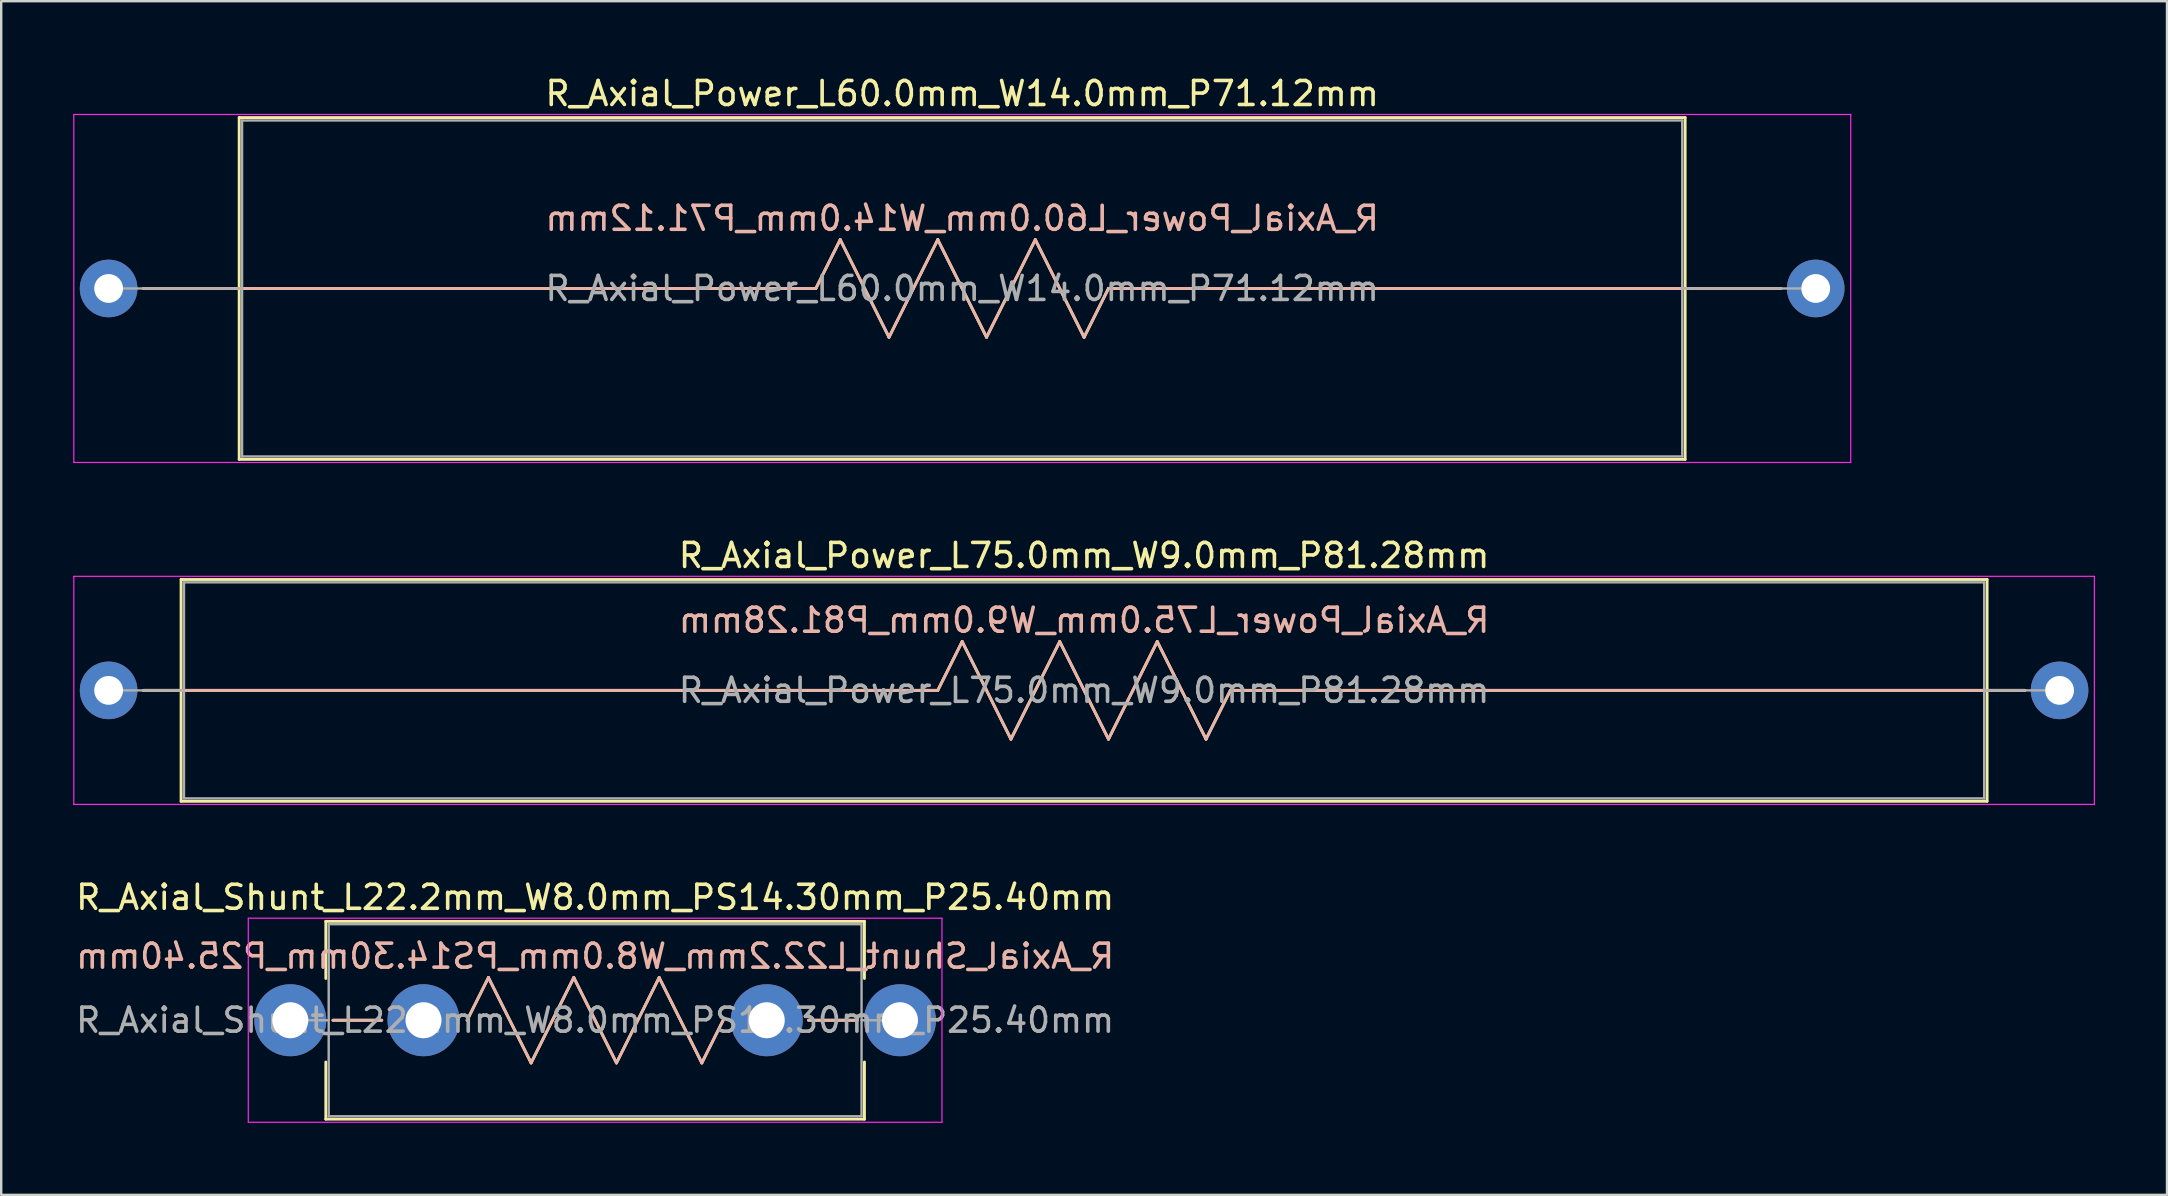
<source format=kicad_pcb>
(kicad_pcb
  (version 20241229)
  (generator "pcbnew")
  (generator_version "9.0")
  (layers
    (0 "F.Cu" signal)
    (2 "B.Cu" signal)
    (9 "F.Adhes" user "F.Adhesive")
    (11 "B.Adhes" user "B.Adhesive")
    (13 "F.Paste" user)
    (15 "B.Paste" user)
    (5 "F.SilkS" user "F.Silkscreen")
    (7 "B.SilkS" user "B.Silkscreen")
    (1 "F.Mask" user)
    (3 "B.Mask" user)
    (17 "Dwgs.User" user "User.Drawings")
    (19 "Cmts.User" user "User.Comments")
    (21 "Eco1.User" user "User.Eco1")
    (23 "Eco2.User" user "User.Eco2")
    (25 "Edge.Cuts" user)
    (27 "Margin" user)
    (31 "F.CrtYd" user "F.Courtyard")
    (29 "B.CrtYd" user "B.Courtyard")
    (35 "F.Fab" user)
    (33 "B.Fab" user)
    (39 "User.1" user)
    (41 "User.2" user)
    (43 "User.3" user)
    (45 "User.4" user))
  (footprint "R_Axial_Power_L75.0mm_W9.0mm_P81.28mm"
    (layer "F.Cu")
    (at 1.475 25.712)
    (property "Reference" "R_Axial_Power_L75.0mm_W9.0mm_P81.28mm" (at 40.64 -5.62 0) (layer "F.SilkS") (effects (font (size 1 1) (thickness 0.15))))
    (attr through_hole)
    (fp_line (start 1.44 0) (end 3.02 0) (stroke (width 0.12) (type solid)) (layer "F.SilkS"))
    (fp_line (start 3.02 -4.62) (end 3.02 4.62) (stroke (width 0.12) (type solid)) (layer "F.SilkS"))
    (fp_line (start 3.02 0) (end 34.544 0) (stroke (width 0.12) (type solid)) (layer "F.SilkS"))
    (fp_line (start 3.02 4.62) (end 78.26 4.62) (stroke (width 0.12) (type solid)) (layer "F.SilkS"))
    (fp_line (start 34.544 0) (end 35.56 -2.032) (stroke (width 0.12) (type solid)) (layer "F.SilkS"))
    (fp_line (start 35.56 -2.032) (end 37.592 2.032) (stroke (width 0.12) (type solid)) (layer "F.SilkS"))
    (fp_line (start 37.592 2.032) (end 39.624 -2.032) (stroke (width 0.12) (type solid)) (layer "F.SilkS"))
    (fp_line (start 39.624 -2.032) (end 41.656 2.032) (stroke (width 0.12) (type solid)) (layer "F.SilkS"))
    (fp_line (start 41.656 2.032) (end 43.688 -2.032) (stroke (width 0.12) (type solid)) (layer "F.SilkS"))
    (fp_line (start 43.688 -2.032) (end 45.72 2.032) (stroke (width 0.12) (type solid)) (layer "F.SilkS"))
    (fp_line (start 45.72 2.032) (end 46.736 0) (stroke (width 0.12) (type solid)) (layer "F.SilkS"))
    (fp_line (start 78.26 -4.62) (end 3.02 -4.62) (stroke (width 0.12) (type solid)) (layer "F.SilkS"))
    (fp_line (start 78.26 0) (end 46.736 0) (stroke (width 0.12) (type solid)) (layer "F.SilkS"))
    (fp_line (start 78.26 4.62) (end 78.26 -4.62) (stroke (width 0.12) (type solid)) (layer "F.SilkS"))
    (fp_line (start 79.84 0) (end 78.26 0) (stroke (width 0.12) (type solid)) (layer "F.SilkS"))
    (fp_line (start 1.46 0) (end 34.544 0) (stroke (width 0.12) (type solid)) (layer "B.SilkS"))
    (fp_line (start 34.544 0) (end 35.56 -2.032) (stroke (width 0.12) (type solid)) (layer "B.SilkS"))
    (fp_line (start 35.56 -2.032) (end 37.592 2.032) (stroke (width 0.12) (type solid)) (layer "B.SilkS"))
    (fp_line (start 37.592 2.032) (end 39.624 -2.032) (stroke (width 0.12) (type solid)) (layer "B.SilkS"))
    (fp_line (start 39.624 -2.032) (end 41.656 2.032) (stroke (width 0.12) (type solid)) (layer "B.SilkS"))
    (fp_line (start 41.656 2.032) (end 43.688 -2.032) (stroke (width 0.12) (type solid)) (layer "B.SilkS"))
    (fp_line (start 43.688 -2.032) (end 45.72 2.032) (stroke (width 0.12) (type solid)) (layer "B.SilkS"))
    (fp_line (start 45.72 2.032) (end 46.736 0) (stroke (width 0.12) (type solid)) (layer "B.SilkS"))
    (fp_line (start 46.736 0) (end 79.82 0) (stroke (width 0.12) (type solid)) (layer "B.SilkS"))
    (fp_line (start -1.45 -4.75) (end -1.45 4.75) (stroke (width 0.05) (type solid)) (layer "F.CrtYd"))
    (fp_line (start -1.45 4.75) (end 82.73 4.75) (stroke (width 0.05) (type solid)) (layer "F.CrtYd"))
    (fp_line (start 82.73 -4.75) (end -1.45 -4.75) (stroke (width 0.05) (type solid)) (layer "F.CrtYd"))
    (fp_line (start 82.73 4.75) (end 82.73 -4.75) (stroke (width 0.05) (type solid)) (layer "F.CrtYd"))
    (fp_line (start 0 0) (end 3.14 0) (stroke (width 0.1) (type solid)) (layer "F.Fab"))
    (fp_line (start 3.14 -4.5) (end 3.14 4.5) (stroke (width 0.1) (type solid)) (layer "F.Fab"))
    (fp_line (start 3.14 4.5) (end 78.14 4.5) (stroke (width 0.1) (type solid)) (layer "F.Fab"))
    (fp_line (start 78.14 -4.5) (end 3.14 -4.5) (stroke (width 0.1) (type solid)) (layer "F.Fab"))
    (fp_line (start 78.14 4.5) (end 78.14 -4.5) (stroke (width 0.1) (type solid)) (layer "F.Fab"))
    (fp_line (start 81.28 0) (end 78.14 0) (stroke (width 0.1) (type solid)) (layer "F.Fab"))
    (fp_text user "${REFERENCE}" (at 40.64 -2.921 0) (unlocked yes) (layer "B.SilkS") (effects (font (size 1 1) (thickness 0.15)) (justify mirror)))
    (fp_text user "${REFERENCE}" (at 40.64 0 0) (layer "F.Fab") (effects (font (size 1 1) (thickness 0.15))))
    (pad "1" thru_hole circle (at 0 0) (size 2.4 2.4) (drill 1.2) (layers "*.Cu" "*.Mask"))
    (pad "2" thru_hole oval (at 81.28 0) (size 2.4 2.4) (drill 1.2) (layers "*.Cu" "*.Mask")))
  (footprint "R_Axial_Shunt_L22.2mm_W8.0mm_PS14.30mm_P25.40mm"
    (layer "F.Cu")
    (at 9.044 39.455)
    (property "Reference" "R_Axial_Shunt_L22.2mm_W8.0mm_PS14.30mm_P25.40mm" (at 12.7 -5.12 0) (layer "F.SilkS") (effects (font (size 1 1) (thickness 0.15))))
    (attr through_hole)
    (fp_line (start 1.48 -4.12) (end 23.92 -4.12) (stroke (width 0.12) (type solid)) (layer "F.SilkS"))
    (fp_line (start 1.48 -1.74) (end 1.48 -4.12) (stroke (width 0.12) (type solid)) (layer "F.SilkS"))
    (fp_line (start 1.48 1.74) (end 1.48 4.12) (stroke (width 0.12) (type solid)) (layer "F.SilkS"))
    (fp_line (start 1.48 4.12) (end 23.92 4.12) (stroke (width 0.12) (type solid)) (layer "F.SilkS"))
    (fp_line (start 1.778 0) (end 3.81 0) (stroke (width 0.12) (type solid)) (layer "F.SilkS"))
    (fp_line (start 7.366 0) (end 8.255 -1.778) (stroke (width 0.12) (type solid)) (layer "F.SilkS"))
    (fp_line (start 8.255 -1.778) (end 10.033 1.778) (stroke (width 0.12) (type solid)) (layer "F.SilkS"))
    (fp_line (start 10.033 1.778) (end 11.811 -1.778) (stroke (width 0.12) (type solid)) (layer "F.SilkS"))
    (fp_line (start 11.811 -1.778) (end 13.589 1.778) (stroke (width 0.12) (type solid)) (layer "F.SilkS"))
    (fp_line (start 13.589 1.778) (end 15.367 -1.778) (stroke (width 0.12) (type solid)) (layer "F.SilkS"))
    (fp_line (start 15.367 -1.778) (end 17.145 1.778) (stroke (width 0.12) (type solid)) (layer "F.SilkS"))
    (fp_line (start 17.145 1.778) (end 18.034 0) (stroke (width 0.12) (type solid)) (layer "F.SilkS"))
    (fp_line (start 23.622 0) (end 21.59 0) (stroke (width 0.12) (type solid)) (layer "F.SilkS"))
    (fp_line (start 23.92 -4.12) (end 23.92 -1.74) (stroke (width 0.12) (type solid)) (layer "F.SilkS"))
    (fp_line (start 23.92 4.12) (end 23.92 1.74) (stroke (width 0.12) (type solid)) (layer "F.SilkS"))
    (fp_line (start 1.778 0) (end 3.81 0) (stroke (width 0.12) (type solid)) (layer "B.SilkS"))
    (fp_line (start 7.366 0) (end 8.255 -1.778) (stroke (width 0.12) (type solid)) (layer "B.SilkS"))
    (fp_line (start 8.255 -1.778) (end 10.033 1.778) (stroke (width 0.12) (type solid)) (layer "B.SilkS"))
    (fp_line (start 10.033 1.778) (end 11.811 -1.778) (stroke (width 0.12) (type solid)) (layer "B.SilkS"))
    (fp_line (start 11.811 -1.778) (end 13.589 1.778) (stroke (width 0.12) (type solid)) (layer "B.SilkS"))
    (fp_line (start 13.589 1.778) (end 15.367 -1.778) (stroke (width 0.12) (type solid)) (layer "B.SilkS"))
    (fp_line (start 15.367 -1.778) (end 17.145 1.778) (stroke (width 0.12) (type solid)) (layer "B.SilkS"))
    (fp_line (start 17.145 1.778) (end 18.034 0) (stroke (width 0.12) (type solid)) (layer "B.SilkS"))
    (fp_line (start 21.59 0) (end 23.622 0) (stroke (width 0.12) (type solid)) (layer "B.SilkS"))
    (fp_line (start -1.75 -4.25) (end -1.75 4.25) (stroke (width 0.05) (type solid)) (layer "F.CrtYd"))
    (fp_line (start -1.75 4.25) (end 27.15 4.25) (stroke (width 0.05) (type solid)) (layer "F.CrtYd"))
    (fp_line (start 27.15 -4.25) (end -1.75 -4.25) (stroke (width 0.05) (type solid)) (layer "F.CrtYd"))
    (fp_line (start 27.15 4.25) (end 27.15 -4.25) (stroke (width 0.05) (type solid)) (layer "F.CrtYd"))
    (fp_line (start 0 0) (end 1.6 0) (stroke (width 0.1) (type solid)) (layer "F.Fab"))
    (fp_line (start 1.6 -4) (end 1.6 4) (stroke (width 0.1) (type solid)) (layer "F.Fab"))
    (fp_line (start 1.6 4) (end 23.8 4) (stroke (width 0.1) (type solid)) (layer "F.Fab"))
    (fp_line (start 23.8 -4) (end 1.6 -4) (stroke (width 0.1) (type solid)) (layer "F.Fab"))
    (fp_line (start 23.8 4) (end 23.8 -4) (stroke (width 0.1) (type solid)) (layer "F.Fab"))
    (fp_line (start 25.4 0) (end 23.8 0) (stroke (width 0.1) (type solid)) (layer "F.Fab"))
    (fp_text user "${REFERENCE}" (at 12.7 -2.667 0) (unlocked yes) (layer "B.SilkS") (effects (font (size 1 1) (thickness 0.15)) (justify mirror)))
    (fp_text user "${REFERENCE}" (at 12.7 0 0) (layer "F.Fab") (effects (font (size 1 1) (thickness 0.15))))
    (pad "1" thru_hole circle (at 0 0) (size 3 3) (drill 1.5) (layers "*.Cu" "*.Mask"))
    (pad "2" thru_hole oval (at 5.55 0) (size 3 3) (drill 1.5) (layers "*.Cu" "*.Mask"))
    (pad "3" thru_hole oval (at 19.85 0) (size 3 3) (drill 1.5) (layers "*.Cu" "*.Mask"))
    (pad "4" thru_hole oval (at 25.4 0) (size 3 3) (drill 1.5) (layers "*.Cu" "*.Mask")))
  (footprint "R_Axial_Power_L60.0mm_W14.0mm_P71.12mm"
    (layer "F.Cu")
    (at 1.475 8.968)
    (property "Reference" "R_Axial_Power_L60.0mm_W14.0mm_P71.12mm" (at 35.56 -8.12 0) (layer "F.SilkS") (effects (font (size 1 1) (thickness 0.15))))
    (attr through_hole)
    (fp_line (start 1.44 0) (end 5.44 0) (stroke (width 0.12) (type solid)) (layer "F.SilkS"))
    (fp_line (start 5.44 -7.12) (end 5.44 7.12) (stroke (width 0.12) (type solid)) (layer "F.SilkS"))
    (fp_line (start 5.44 0) (end 29.464 0) (stroke (width 0.12) (type solid)) (layer "F.SilkS"))
    (fp_line (start 5.44 7.12) (end 65.68 7.12) (stroke (width 0.12) (type solid)) (layer "F.SilkS"))
    (fp_line (start 29.464 0) (end 30.48 -2.032) (stroke (width 0.12) (type solid)) (layer "F.SilkS"))
    (fp_line (start 30.48 -2.032) (end 32.512 2.032) (stroke (width 0.12) (type solid)) (layer "F.SilkS"))
    (fp_line (start 32.512 2.032) (end 34.544 -2.032) (stroke (width 0.12) (type solid)) (layer "F.SilkS"))
    (fp_line (start 34.544 -2.032) (end 36.576 2.032) (stroke (width 0.12) (type solid)) (layer "F.SilkS"))
    (fp_line (start 36.576 2.032) (end 38.608 -2.032) (stroke (width 0.12) (type solid)) (layer "F.SilkS"))
    (fp_line (start 38.608 -2.032) (end 40.64 2.032) (stroke (width 0.12) (type solid)) (layer "F.SilkS"))
    (fp_line (start 40.64 2.032) (end 41.656 0) (stroke (width 0.12) (type solid)) (layer "F.SilkS"))
    (fp_line (start 65.68 -7.12) (end 5.44 -7.12) (stroke (width 0.12) (type solid)) (layer "F.SilkS"))
    (fp_line (start 65.68 0) (end 41.656 0) (stroke (width 0.12) (type solid)) (layer "F.SilkS"))
    (fp_line (start 65.68 7.12) (end 65.68 -7.12) (stroke (width 0.12) (type solid)) (layer "F.SilkS"))
    (fp_line (start 69.68 0) (end 65.68 0) (stroke (width 0.12) (type solid)) (layer "F.SilkS"))
    (fp_line (start 1.46 0) (end 29.464 0) (stroke (width 0.12) (type solid)) (layer "B.SilkS"))
    (fp_line (start 29.464 0) (end 30.48 -2.032) (stroke (width 0.12) (type solid)) (layer "B.SilkS"))
    (fp_line (start 30.48 -2.032) (end 32.512 2.032) (stroke (width 0.12) (type solid)) (layer "B.SilkS"))
    (fp_line (start 32.512 2.032) (end 34.544 -2.032) (stroke (width 0.12) (type solid)) (layer "B.SilkS"))
    (fp_line (start 34.544 -2.032) (end 36.576 2.032) (stroke (width 0.12) (type solid)) (layer "B.SilkS"))
    (fp_line (start 36.576 2.032) (end 38.608 -2.032) (stroke (width 0.12) (type solid)) (layer "B.SilkS"))
    (fp_line (start 38.608 -2.032) (end 40.64 2.032) (stroke (width 0.12) (type solid)) (layer "B.SilkS"))
    (fp_line (start 40.64 2.032) (end 41.656 0) (stroke (width 0.12) (type solid)) (layer "B.SilkS"))
    (fp_line (start 41.656 0) (end 69.659 0) (stroke (width 0.12) (type solid)) (layer "B.SilkS"))
    (fp_line (start -1.45 -7.25) (end -1.45 7.25) (stroke (width 0.05) (type solid)) (layer "F.CrtYd"))
    (fp_line (start -1.45 7.25) (end 72.58 7.25) (stroke (width 0.05) (type solid)) (layer "F.CrtYd"))
    (fp_line (start 72.58 -7.25) (end -1.45 -7.25) (stroke (width 0.05) (type solid)) (layer "F.CrtYd"))
    (fp_line (start 72.58 7.25) (end 72.58 -7.25) (stroke (width 0.05) (type solid)) (layer "F.CrtYd"))
    (fp_line (start 0 0) (end 5.56 0) (stroke (width 0.1) (type solid)) (layer "F.Fab"))
    (fp_line (start 5.56 -7) (end 5.56 7) (stroke (width 0.1) (type solid)) (layer "F.Fab"))
    (fp_line (start 5.56 7) (end 65.56 7) (stroke (width 0.1) (type solid)) (layer "F.Fab"))
    (fp_line (start 65.56 -7) (end 5.56 -7) (stroke (width 0.1) (type solid)) (layer "F.Fab"))
    (fp_line (start 65.56 7) (end 65.56 -7) (stroke (width 0.1) (type solid)) (layer "F.Fab"))
    (fp_line (start 71.12 0) (end 65.56 0) (stroke (width 0.1) (type solid)) (layer "F.Fab"))
    (fp_text user "${REFERENCE}" (at 35.56 -2.921 0) (unlocked yes) (layer "B.SilkS") (effects (font (size 1 1) (thickness 0.15)) (justify mirror)))
    (fp_text user "${REFERENCE}" (at 35.56 0 0) (layer "F.Fab") (effects (font (size 1 1) (thickness 0.15))))
    (pad "1" thru_hole circle (at 0 0) (size 2.4 2.4) (drill 1.2) (layers "*.Cu" "*.Mask"))
    (pad "2" thru_hole oval (at 71.12 0) (size 2.4 2.4) (drill 1.2) (layers "*.Cu" "*.Mask")))
  (gr_rect
    (start -3 -3)
    (end 87.23 46.73)
    (stroke (width 0.1) (type default))
    (fill no)
    (layer "Edge.Cuts")))
</source>
